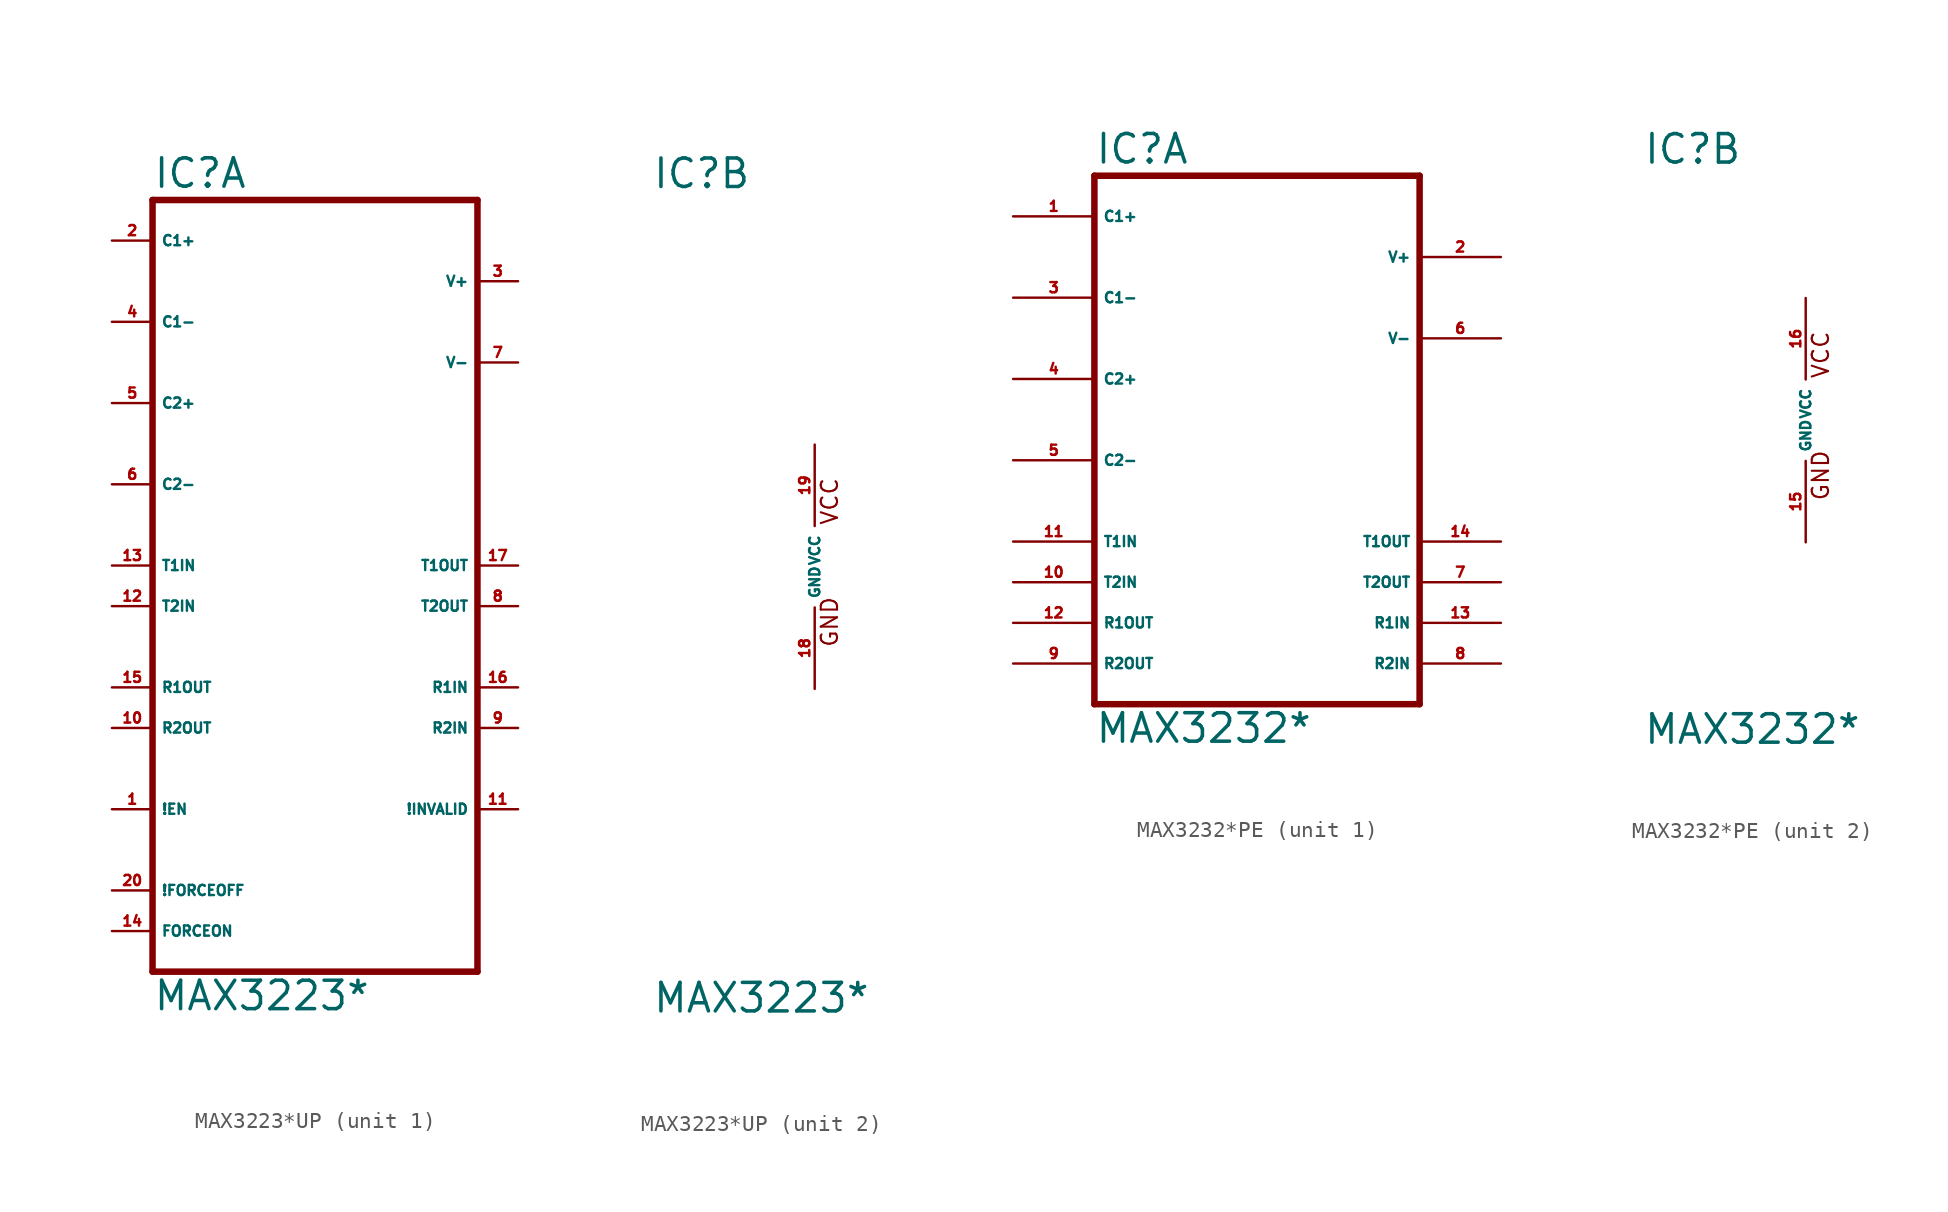
<source format=kicad_sym>
(kicad_symbol_lib
  (version 20220914)
  (generator Eagle2Kicad)
  (symbol "MAX3223*UP"
    (property "Reference" "IC"
      (at -10.16 23.495 0)
      (effects (font (size 1.778 1.778) (thickness 0.22)) (justify left bottom)))
    (property "Value" "MAX3223*"
      (at -10.16 -27.94 0)
      (effects (font (size 1.778 1.778) (thickness 0.22)) (justify left bottom)))
    (symbol "MAX3223*UP_1_0"
      (polyline (pts (xy -10.16 22.86) (xy 10.16 22.86)) (stroke (width 0.406) (type default)) (fill (type none)))
      (polyline (pts (xy 10.16 -25.4) (xy 10.16 22.86)) (stroke (width 0.406) (type default)) (fill (type none)))
      (polyline (pts (xy 10.16 -25.4) (xy -10.16 -25.4)) (stroke (width 0.406) (type default)) (fill (type none)))
      (polyline (pts (xy -10.16 22.86) (xy -10.16 -25.4)) (stroke (width 0.406) (type default)) (fill (type none)))
      (pin passive line (at -12.7 20.32 0) (length 2.54) (name "C1+" (effects (font (size 0.635 0.635) (thickness 0.08)) (justify left bottom))) (number "2" (effects (font (size 0.635 0.635) (thickness 0.08)) (justify left bottom))))
      (pin passive line (at -12.7 15.24 0) (length 2.54) (name "C1-" (effects (font (size 0.635 0.635) (thickness 0.08)) (justify left bottom))) (number "4" (effects (font (size 0.635 0.635) (thickness 0.08)) (justify left bottom))))
      (pin passive line (at -12.7 10.16 0) (length 2.54) (name "C2+" (effects (font (size 0.635 0.635) (thickness 0.08)) (justify left bottom))) (number "5" (effects (font (size 0.635 0.635) (thickness 0.08)) (justify left bottom))))
      (pin passive line (at -12.7 5.08 0) (length 2.54) (name "C2-" (effects (font (size 0.635 0.635) (thickness 0.08)) (justify left bottom))) (number "6" (effects (font (size 0.635 0.635) (thickness 0.08)) (justify left bottom))))
      (pin input line (at -12.7 0 0) (length 2.54) (name "T1IN" (effects (font (size 0.635 0.635) (thickness 0.08)) (justify left bottom))) (number "13" (effects (font (size 0.635 0.635) (thickness 0.08)) (justify left bottom))))
      (pin input line (at -12.7 -2.54 0) (length 2.54) (name "T2IN" (effects (font (size 0.635 0.635) (thickness 0.08)) (justify left bottom))) (number "12" (effects (font (size 0.635 0.635) (thickness 0.08)) (justify left bottom))))
      (pin output line (at -12.7 -7.62 0) (length 2.54) (name "R1OUT" (effects (font (size 0.635 0.635) (thickness 0.08)) (justify left bottom))) (number "15" (effects (font (size 0.635 0.635) (thickness 0.08)) (justify left bottom))))
      (pin output line (at -12.7 -10.16 0) (length 2.54) (name "R2OUT" (effects (font (size 0.635 0.635) (thickness 0.08)) (justify left bottom))) (number "10" (effects (font (size 0.635 0.635) (thickness 0.08)) (justify left bottom))))
      (pin passive line (at 12.7 17.78 180) (length 2.54) (name "V+" (effects (font (size 0.635 0.635) (thickness 0.08)) (justify left bottom))) (number "3" (effects (font (size 0.635 0.635) (thickness 0.08)) (justify left bottom))))
      (pin passive line (at 12.7 12.7 180) (length 2.54) (name "V-" (effects (font (size 0.635 0.635) (thickness 0.08)) (justify left bottom))) (number "7" (effects (font (size 0.635 0.635) (thickness 0.08)) (justify left bottom))))
      (pin output line (at 12.7 0 180) (length 2.54) (name "T1OUT" (effects (font (size 0.635 0.635) (thickness 0.08)) (justify left bottom))) (number "17" (effects (font (size 0.635 0.635) (thickness 0.08)) (justify left bottom))))
      (pin output line (at 12.7 -2.54 180) (length 2.54) (name "T2OUT" (effects (font (size 0.635 0.635) (thickness 0.08)) (justify left bottom))) (number "8" (effects (font (size 0.635 0.635) (thickness 0.08)) (justify left bottom))))
      (pin input line (at 12.7 -7.62 180) (length 2.54) (name "R1IN" (effects (font (size 0.635 0.635) (thickness 0.08)) (justify left bottom))) (number "16" (effects (font (size 0.635 0.635) (thickness 0.08)) (justify left bottom))))
      (pin input line (at 12.7 -10.16 180) (length 2.54) (name "R2IN" (effects (font (size 0.635 0.635) (thickness 0.08)) (justify left bottom))) (number "9" (effects (font (size 0.635 0.635) (thickness 0.08)) (justify left bottom))))
      (pin output line (at 12.7 -15.24 180) (length 2.54) (name "!INVALID" (effects (font (size 0.635 0.635) (thickness 0.08)) (justify left bottom))) (number "11" (effects (font (size 0.635 0.635) (thickness 0.08)) (justify left bottom))))
      (pin input line (at -12.7 -20.32 0) (length 2.54) (name "!FORCEOFF" (effects (font (size 0.635 0.635) (thickness 0.08)) (justify left bottom))) (number "20" (effects (font (size 0.635 0.635) (thickness 0.08)) (justify left bottom))))
      (pin input line (at -12.7 -22.86 0) (length 2.54) (name "FORCEON" (effects (font (size 0.635 0.635) (thickness 0.08)) (justify left bottom))) (number "14" (effects (font (size 0.635 0.635) (thickness 0.08)) (justify left bottom))))
      (pin input line (at -12.7 -15.24 0) (length 2.54) (name "!EN" (effects (font (size 0.635 0.635) (thickness 0.08)) (justify left bottom))) (number "1" (effects (font (size 0.635 0.635) (thickness 0.08)) (justify left bottom)))))
    (symbol "MAX3223*UP_2_0"
      (text "GND" (at 1.524 -5.08 900) (effects (font (size 1.016 1.016) (thickness 0.13)) (justify left bottom)))
      (text "VCC" (at 1.524 2.54 900) (effects (font (size 1.016 1.016) (thickness 0.13)) (justify left bottom)))
      (pin unspecified line (at 0 7.62 270) (length 5.08) (name "VCC" (effects (font (size 0.635 0.635) (thickness 0.08)) (justify left bottom))) (number "19" (effects (font (size 0.635 0.635) (thickness 0.08)) (justify left bottom))))
      (pin unspecified line (at 0 -7.62 90) (length 5.08) (name "GND" (effects (font (size 0.635 0.635) (thickness 0.08)) (justify left bottom))) (number "18" (effects (font (size 0.635 0.635) (thickness 0.08)) (justify left bottom))))))
  (symbol "MAX3232*PE"
    (property "Reference" "IC"
      (at -10.16 15.875 0)
      (effects (font (size 1.778 1.778) (thickness 0.22)) (justify left bottom)))
    (property "Value" "MAX3232*"
      (at -10.16 -20.32 0)
      (effects (font (size 1.778 1.778) (thickness 0.22)) (justify left bottom)))
    (symbol "MAX3232*PE_1_0"
      (polyline (pts (xy -10.16 15.24) (xy 10.16 15.24)) (stroke (width 0.406) (type default)) (fill (type none)))
      (polyline (pts (xy 10.16 -17.78) (xy 10.16 15.24)) (stroke (width 0.406) (type default)) (fill (type none)))
      (polyline (pts (xy 10.16 -17.78) (xy -10.16 -17.78)) (stroke (width 0.406) (type default)) (fill (type none)))
      (polyline (pts (xy -10.16 15.24) (xy -10.16 -17.78)) (stroke (width 0.406) (type default)) (fill (type none)))
      (pin bidirectional line (at -15.24 12.7 0) (length 5.08) (name "C1+" (effects (font (size 0.635 0.635) (thickness 0.08)) (justify left bottom))) (number "1" (effects (font (size 0.635 0.635) (thickness 0.08)) (justify left bottom))))
      (pin bidirectional line (at -15.24 7.62 0) (length 5.08) (name "C1-" (effects (font (size 0.635 0.635) (thickness 0.08)) (justify left bottom))) (number "3" (effects (font (size 0.635 0.635) (thickness 0.08)) (justify left bottom))))
      (pin bidirectional line (at -15.24 2.54 0) (length 5.08) (name "C2+" (effects (font (size 0.635 0.635) (thickness 0.08)) (justify left bottom))) (number "4" (effects (font (size 0.635 0.635) (thickness 0.08)) (justify left bottom))))
      (pin bidirectional line (at -15.24 -2.54 0) (length 5.08) (name "C2-" (effects (font (size 0.635 0.635) (thickness 0.08)) (justify left bottom))) (number "5" (effects (font (size 0.635 0.635) (thickness 0.08)) (justify left bottom))))
      (pin input line (at -15.24 -7.62 0) (length 5.08) (name "T1IN" (effects (font (size 0.635 0.635) (thickness 0.08)) (justify left bottom))) (number "11" (effects (font (size 0.635 0.635) (thickness 0.08)) (justify left bottom))))
      (pin input line (at -15.24 -10.16 0) (length 5.08) (name "T2IN" (effects (font (size 0.635 0.635) (thickness 0.08)) (justify left bottom))) (number "10" (effects (font (size 0.635 0.635) (thickness 0.08)) (justify left bottom))))
      (pin output line (at -15.24 -12.7 0) (length 5.08) (name "R1OUT" (effects (font (size 0.635 0.635) (thickness 0.08)) (justify left bottom))) (number "12" (effects (font (size 0.635 0.635) (thickness 0.08)) (justify left bottom))))
      (pin output line (at -15.24 -15.24 0) (length 5.08) (name "R2OUT" (effects (font (size 0.635 0.635) (thickness 0.08)) (justify left bottom))) (number "9" (effects (font (size 0.635 0.635) (thickness 0.08)) (justify left bottom))))
      (pin bidirectional line (at 15.24 10.16 180) (length 5.08) (name "V+" (effects (font (size 0.635 0.635) (thickness 0.08)) (justify left bottom))) (number "2" (effects (font (size 0.635 0.635) (thickness 0.08)) (justify left bottom))))
      (pin bidirectional line (at 15.24 5.08 180) (length 5.08) (name "V-" (effects (font (size 0.635 0.635) (thickness 0.08)) (justify left bottom))) (number "6" (effects (font (size 0.635 0.635) (thickness 0.08)) (justify left bottom))))
      (pin output line (at 15.24 -7.62 180) (length 5.08) (name "T1OUT" (effects (font (size 0.635 0.635) (thickness 0.08)) (justify left bottom))) (number "14" (effects (font (size 0.635 0.635) (thickness 0.08)) (justify left bottom))))
      (pin output line (at 15.24 -10.16 180) (length 5.08) (name "T2OUT" (effects (font (size 0.635 0.635) (thickness 0.08)) (justify left bottom))) (number "7" (effects (font (size 0.635 0.635) (thickness 0.08)) (justify left bottom))))
      (pin input line (at 15.24 -12.7 180) (length 5.08) (name "R1IN" (effects (font (size 0.635 0.635) (thickness 0.08)) (justify left bottom))) (number "13" (effects (font (size 0.635 0.635) (thickness 0.08)) (justify left bottom))))
      (pin input line (at 15.24 -15.24 180) (length 5.08) (name "R2IN" (effects (font (size 0.635 0.635) (thickness 0.08)) (justify left bottom))) (number "8" (effects (font (size 0.635 0.635) (thickness 0.08)) (justify left bottom)))))
    (symbol "MAX3232*PE_2_0"
      (text "GND" (at 1.524 -5.08 900) (effects (font (size 1.016 1.016) (thickness 0.13)) (justify left bottom)))
      (text "VCC" (at 1.524 2.54 900) (effects (font (size 1.016 1.016) (thickness 0.13)) (justify left bottom)))
      (pin unspecified line (at 0 7.62 270) (length 5.08) (name "VCC" (effects (font (size 0.635 0.635) (thickness 0.08)) (justify left bottom))) (number "16" (effects (font (size 0.635 0.635) (thickness 0.08)) (justify left bottom))))
      (pin unspecified line (at 0 -7.62 90) (length 5.08) (name "GND" (effects (font (size 0.635 0.635) (thickness 0.08)) (justify left bottom))) (number "15" (effects (font (size 0.635 0.635) (thickness 0.08)) (justify left bottom)))))))
</source>
